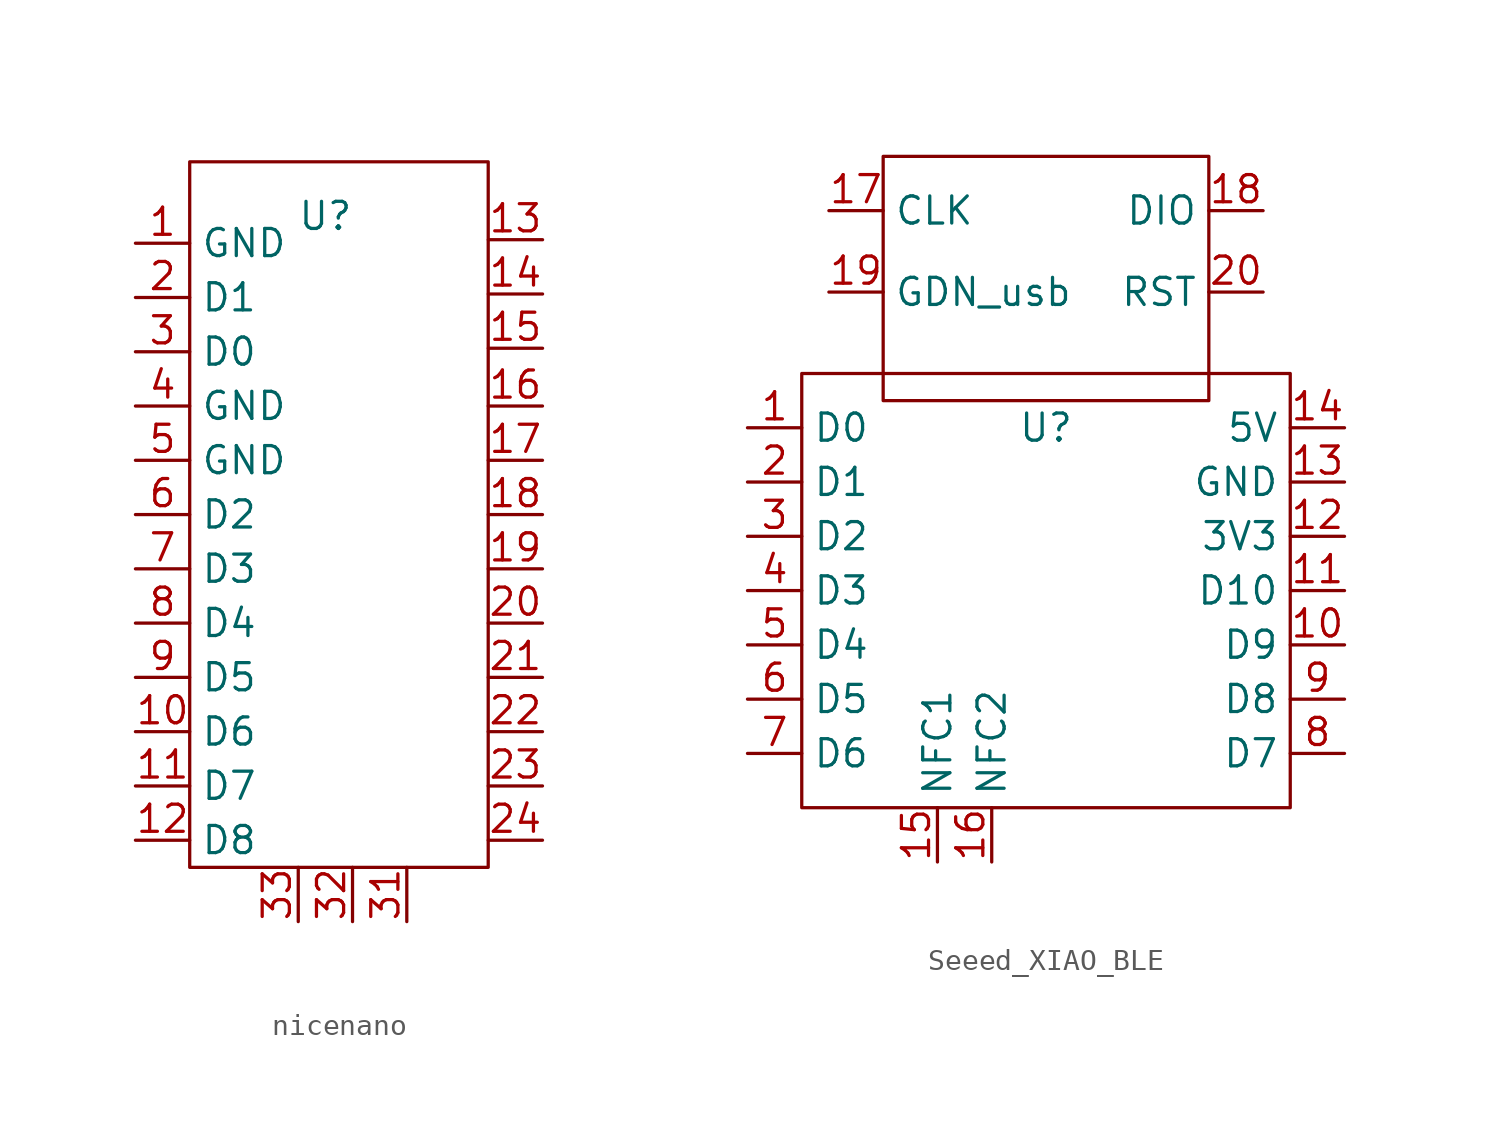
<source format=kicad_sym>
(kicad_symbol_lib
  (version 20231120)
  (generator "kicad_symbol_editor")
  (generator_version "8.0")
  (symbol "nicenano"
    (property "Reference" "U"
      (at 0 0 0)
      (effects (font (size 1.27 1.27))))
    (property "Value" ""
      (at 0 0 0)
      (effects (font (size 1.27 1.27))))
    (symbol "nicenano_0_1"
      (rectangle (start -6.35 2.54) (end 7.62 -30.48) (stroke (width 0) (type default)) (fill (type none))))
    (symbol "nicenano_1_1"
      (pin input line (at -8.89 -1.27 0) (length 2.54) (name "GND" (effects (font (size 1.27 1.27)))) (number "1" (effects (font (size 1.27 1.27)))))
      (pin input line (at -8.89 -24.13 0) (length 2.54) (name "D6" (effects (font (size 1.27 1.27)))) (number "10" (effects (font (size 1.27 1.27)))))
      (pin input line (at -8.89 -26.67 0) (length 2.54) (name "D7" (effects (font (size 1.27 1.27)))) (number "11" (effects (font (size 1.27 1.27)))))
      (pin input line (at -8.89 -29.21 0) (length 2.54) (name "D8" (effects (font (size 1.27 1.27)))) (number "12" (effects (font (size 1.27 1.27)))))
      (pin input line (at 10.164 -1.107 180) (length 2.54) (name "" (effects (font (size 1.27 1.27)))) (number "13" (effects (font (size 1.27 1.27)))))
      (pin input line (at 10.164 -3.647 180) (length 2.54) (name "" (effects (font (size 1.27 1.27)))) (number "14" (effects (font (size 1.27 1.27)))))
      (pin input line (at 10.164 -6.186 180) (length 2.54) (name "" (effects (font (size 1.27 1.27)))) (number "15" (effects (font (size 1.27 1.27)))))
      (pin input line (at 10.16 -8.89 180) (length 2.54) (name "" (effects (font (size 1.27 1.27)))) (number "16" (effects (font (size 1.27 1.27)))))
      (pin input line (at 10.16 -11.43 180) (length 2.54) (name "" (effects (font (size 1.27 1.27)))) (number "17" (effects (font (size 1.27 1.27)))))
      (pin input line (at 10.16 -13.97 180) (length 2.54) (name "" (effects (font (size 1.27 1.27)))) (number "18" (effects (font (size 1.27 1.27)))))
      (pin input line (at 10.16 -16.51 180) (length 2.54) (name "" (effects (font (size 1.27 1.27)))) (number "19" (effects (font (size 1.27 1.27)))))
      (pin input line (at -8.89 -3.81 0) (length 2.54) (name "D1" (effects (font (size 1.27 1.27)))) (number "2" (effects (font (size 1.27 1.27)))))
      (pin input line (at 10.16 -19.05 180) (length 2.54) (name "" (effects (font (size 1.27 1.27)))) (number "20" (effects (font (size 1.27 1.27)))))
      (pin input line (at 10.16 -21.59 180) (length 2.54) (name "" (effects (font (size 1.27 1.27)))) (number "21" (effects (font (size 1.27 1.27)))))
      (pin input line (at 10.16 -24.13 180) (length 2.54) (name "" (effects (font (size 1.27 1.27)))) (number "22" (effects (font (size 1.27 1.27)))))
      (pin input line (at 10.16 -26.67 180) (length 2.54) (name "" (effects (font (size 1.27 1.27)))) (number "23" (effects (font (size 1.27 1.27)))))
      (pin input line (at 10.16 -29.21 180) (length 2.54) (name "" (effects (font (size 1.27 1.27)))) (number "24" (effects (font (size 1.27 1.27)))))
      (pin input line (at -8.89 -6.35 0) (length 2.54) (name "D0" (effects (font (size 1.27 1.27)))) (number "3" (effects (font (size 1.27 1.27)))))
      (pin input line (at 3.81 -33.02 90) (length 2.54) (name "" (effects (font (size 1.27 1.27)))) (number "31" (effects (font (size 1.27 1.27)))))
      (pin input line (at 1.27 -33.02 90) (length 2.54) (name "" (effects (font (size 1.27 1.27)))) (number "32" (effects (font (size 1.27 1.27)))))
      (pin input line (at -1.27 -33.02 90) (length 2.54) (name "" (effects (font (size 1.27 1.27)))) (number "33" (effects (font (size 1.27 1.27)))))
      (pin input line (at -8.89 -8.89 0) (length 2.54) (name "GND" (effects (font (size 1.27 1.27)))) (number "4" (effects (font (size 1.27 1.27)))))
      (pin input line (at -8.89 -11.43 0) (length 2.54) (name "GND" (effects (font (size 1.27 1.27)))) (number "5" (effects (font (size 1.27 1.27)))))
      (pin input line (at -8.89 -13.97 0) (length 2.54) (name "D2" (effects (font (size 1.27 1.27)))) (number "6" (effects (font (size 1.27 1.27)))))
      (pin input line (at -8.89 -16.51 0) (length 2.54) (name "D3" (effects (font (size 1.27 1.27)))) (number "7" (effects (font (size 1.27 1.27)))))
      (pin input line (at -8.89 -19.05 0) (length 2.54) (name "D4" (effects (font (size 1.27 1.27)))) (number "8" (effects (font (size 1.27 1.27)))))
      (pin input line (at -8.89 -21.59 0) (length 2.54) (name "D5" (effects (font (size 1.27 1.27)))) (number "9" (effects (font (size 1.27 1.27)))))))
  (symbol "Seeed_XIAO_BLE"
    (property "Reference" "U"
      (at 0 0 0)
      (effects (font (size 1.27 1.27))))
    (property "Value" ""
      (at -5.08 -6.858 0)
      (effects (font (size 1.27 1.27))))
    (symbol "Seeed_XIAO_BLE_0_1"
      (rectangle (start -11.43 2.54) (end 11.43 -17.78) (stroke (width 0) (type default)) (fill (type none)))
      (rectangle (start -7.62 12.7) (end 7.62 1.27) (stroke (width 0) (type default)) (fill (type none))))
    (symbol "Seeed_XIAO_BLE_1_1"
      (pin bidirectional line (at -13.97 0 0) (length 2.54) (name "D0" (effects (font (size 1.27 1.27)))) (number "1" (effects (font (size 1.27 1.27)))))
      (pin bidirectional line (at 13.97 -10.16 180) (length 2.54) (name "D9" (effects (font (size 1.27 1.27)))) (number "10" (effects (font (size 1.27 1.27)))))
      (pin bidirectional line (at 13.97 -7.62 180) (length 2.54) (name "D10" (effects (font (size 1.27 1.27)))) (number "11" (effects (font (size 1.27 1.27)))))
      (pin bidirectional line (at 13.97 -5.08 180) (length 2.54) (name "3V3" (effects (font (size 1.27 1.27)))) (number "12" (effects (font (size 1.27 1.27)))))
      (pin bidirectional line (at 13.97 -2.54 180) (length 2.54) (name "GND" (effects (font (size 1.27 1.27)))) (number "13" (effects (font (size 1.27 1.27)))))
      (pin power_in line (at 13.97 0 180) (length 2.54) (name "5V" (effects (font (size 1.27 1.27)))) (number "14" (effects (font (size 1.27 1.27)))))
      (pin bidirectional line (at -5.08 -20.32 90) (length 2.54) (name "NFC1" (effects (font (size 1.27 1.27)))) (number "15" (effects (font (size 1.27 1.27)))))
      (pin bidirectional line (at -2.54 -20.32 90) (length 2.54) (name "NFC2" (effects (font (size 1.27 1.27)))) (number "16" (effects (font (size 1.27 1.27)))))
      (pin bidirectional line (at -10.16 10.16 0) (length 2.54) (name "CLK" (effects (font (size 1.27 1.27)))) (number "17" (effects (font (size 1.27 1.27)))))
      (pin bidirectional line (at 10.16 10.16 180) (length 2.54) (name "DIO" (effects (font (size 1.27 1.27)))) (number "18" (effects (font (size 1.27 1.27)))))
      (pin bidirectional line (at -10.16 6.35 0) (length 2.54) (name "GDN_usb" (effects (font (size 1.27 1.27)))) (number "19" (effects (font (size 1.27 1.27)))))
      (pin bidirectional line (at -13.97 -2.54 0) (length 2.54) (name "D1" (effects (font (size 1.27 1.27)))) (number "2" (effects (font (size 1.27 1.27)))))
      (pin bidirectional line (at 10.16 6.35 180) (length 2.54) (name "RST" (effects (font (size 1.27 1.27)))) (number "20" (effects (font (size 1.27 1.27)))))
      (pin bidirectional line (at -13.97 -5.08 0) (length 2.54) (name "D2" (effects (font (size 1.27 1.27)))) (number "3" (effects (font (size 1.27 1.27)))))
      (pin bidirectional line (at -13.97 -7.62 0) (length 2.54) (name "D3" (effects (font (size 1.27 1.27)))) (number "4" (effects (font (size 1.27 1.27)))))
      (pin bidirectional line (at -13.97 -10.16 0) (length 2.54) (name "D4" (effects (font (size 1.27 1.27)))) (number "5" (effects (font (size 1.27 1.27)))))
      (pin bidirectional line (at -13.97 -12.7 0) (length 2.54) (name "D5" (effects (font (size 1.27 1.27)))) (number "6" (effects (font (size 1.27 1.27)))))
      (pin bidirectional line (at -13.97 -15.24 0) (length 2.54) (name "D6" (effects (font (size 1.27 1.27)))) (number "7" (effects (font (size 1.27 1.27)))))
      (pin bidirectional line (at 13.97 -15.24 180) (length 2.54) (name "D7" (effects (font (size 1.27 1.27)))) (number "8" (effects (font (size 1.27 1.27)))))
      (pin bidirectional line (at 13.97 -12.7 180) (length 2.54) (name "D8" (effects (font (size 1.27 1.27)))) (number "9" (effects (font (size 1.27 1.27))))))))
</source>
